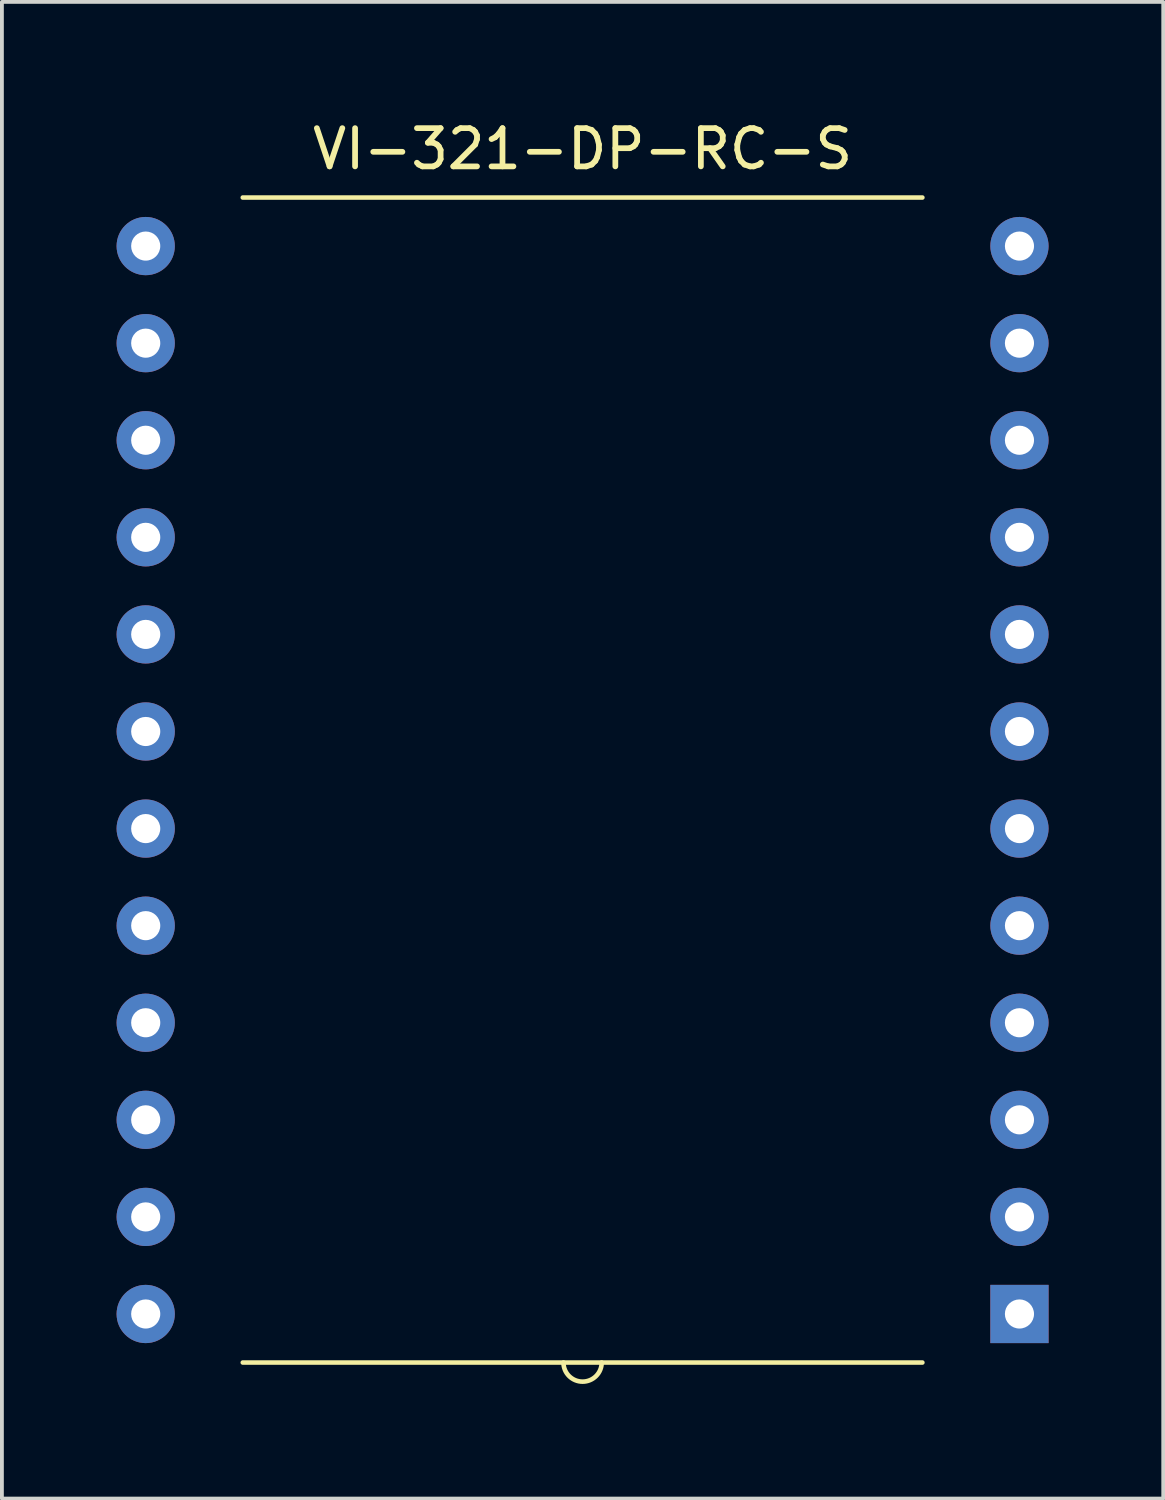
<source format=kicad_pcb>
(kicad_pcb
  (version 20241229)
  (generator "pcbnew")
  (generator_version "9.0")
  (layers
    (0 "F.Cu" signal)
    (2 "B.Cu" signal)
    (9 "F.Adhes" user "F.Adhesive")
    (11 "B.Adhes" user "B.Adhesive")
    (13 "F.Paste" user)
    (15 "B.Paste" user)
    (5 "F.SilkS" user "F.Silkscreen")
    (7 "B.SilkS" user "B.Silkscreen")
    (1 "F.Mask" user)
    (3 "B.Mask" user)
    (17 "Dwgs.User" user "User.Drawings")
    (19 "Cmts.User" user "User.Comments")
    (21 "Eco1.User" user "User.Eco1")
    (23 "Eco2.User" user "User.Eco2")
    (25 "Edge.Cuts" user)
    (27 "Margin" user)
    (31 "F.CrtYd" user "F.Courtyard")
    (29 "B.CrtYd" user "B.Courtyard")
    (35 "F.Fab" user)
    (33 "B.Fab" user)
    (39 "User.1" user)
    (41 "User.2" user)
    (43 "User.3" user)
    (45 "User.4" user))
  (footprint "VI-321-DP-RC-S"
    (layer "F.Cu")
    (at 12.192 17.358)
    (property "Reference" "VI-321-DP-RC-S" (at 0 -16.51 0) (layer "F.SilkS") (effects (font (size 1 1) (thickness 0.15))))
    (attr through_hole)
    (fp_line (start 8.89 -15.24) (end -8.89 -15.24) (stroke (width 0.12) (type solid)) (layer "F.SilkS"))
    (fp_line (start 8.89 15.24) (end -8.89 15.24) (stroke (width 0.12) (type solid)) (layer "F.SilkS"))
    (fp_arc (start 0.5 15.24) (mid 0 15.74) (end -0.5 15.24) (stroke (width 0.12) (type solid)) (layer "F.SilkS"))
    (pad "1" thru_hole rect (at 11.43 13.97) (size 1.524 1.524) (drill 0.762) (layers "*.Cu" "*.Mask"))
    (pad "2" thru_hole circle (at 11.43 11.43) (size 1.524 1.524) (drill 0.762) (layers "*.Cu" "*.Mask"))
    (pad "3" thru_hole circle (at 11.43 8.89) (size 1.524 1.524) (drill 0.762) (layers "*.Cu" "*.Mask"))
    (pad "4" thru_hole circle (at 11.43 6.35) (size 1.524 1.524) (drill 0.762) (layers "*.Cu" "*.Mask"))
    (pad "5" thru_hole circle (at 11.43 3.81) (size 1.524 1.524) (drill 0.762) (layers "*.Cu" "*.Mask"))
    (pad "6" thru_hole circle (at 11.43 1.27) (size 1.524 1.524) (drill 0.762) (layers "*.Cu" "*.Mask"))
    (pad "7" thru_hole circle (at 11.43 -1.27) (size 1.524 1.524) (drill 0.762) (layers "*.Cu" "*.Mask"))
    (pad "8" thru_hole circle (at 11.43 -3.81) (size 1.524 1.524) (drill 0.762) (layers "*.Cu" "*.Mask"))
    (pad "9" thru_hole circle (at 11.43 -6.35) (size 1.524 1.524) (drill 0.762) (layers "*.Cu" "*.Mask"))
    (pad "10" thru_hole circle (at 11.43 -8.89) (size 1.524 1.524) (drill 0.762) (layers "*.Cu" "*.Mask"))
    (pad "11" thru_hole circle (at 11.43 -11.43) (size 1.524 1.524) (drill 0.762) (layers "*.Cu" "*.Mask"))
    (pad "12" thru_hole circle (at 11.43 -13.97) (size 1.524 1.524) (drill 0.762) (layers "*.Cu" "*.Mask"))
    (pad "13" thru_hole circle (at -11.43 -13.97) (size 1.524 1.524) (drill 0.762) (layers "*.Cu" "*.Mask"))
    (pad "14" thru_hole circle (at -11.43 -11.43) (size 1.524 1.524) (drill 0.762) (layers "*.Cu" "*.Mask"))
    (pad "15" thru_hole circle (at -11.43 -8.89) (size 1.524 1.524) (drill 0.762) (layers "*.Cu" "*.Mask"))
    (pad "16" thru_hole circle (at -11.43 -6.35) (size 1.524 1.524) (drill 0.762) (layers "*.Cu" "*.Mask"))
    (pad "17" thru_hole circle (at -11.43 -3.81) (size 1.524 1.524) (drill 0.762) (layers "*.Cu" "*.Mask"))
    (pad "18" thru_hole circle (at -11.43 -1.27) (size 1.524 1.524) (drill 0.762) (layers "*.Cu" "*.Mask"))
    (pad "19" thru_hole circle (at -11.43 1.27) (size 1.524 1.524) (drill 0.762) (layers "*.Cu" "*.Mask"))
    (pad "20" thru_hole circle (at -11.43 3.81) (size 1.524 1.524) (drill 0.762) (layers "*.Cu" "*.Mask"))
    (pad "21" thru_hole circle (at -11.43 6.35) (size 1.524 1.524) (drill 0.762) (layers "*.Cu" "*.Mask"))
    (pad "22" thru_hole circle (at -11.43 8.89) (size 1.524 1.524) (drill 0.762) (layers "*.Cu" "*.Mask"))
    (pad "23" thru_hole circle (at -11.43 11.43) (size 1.524 1.524) (drill 0.762) (layers "*.Cu" "*.Mask"))
    (pad "24" thru_hole circle (at -11.43 13.97) (size 1.524 1.524) (drill 0.762) (layers "*.Cu" "*.Mask")))
  (gr_rect
    (start -3 -3)
    (end 27.384 36.158)
    (stroke (width 0.1) (type default))
    (fill no)
    (layer "Edge.Cuts")))
</source>
